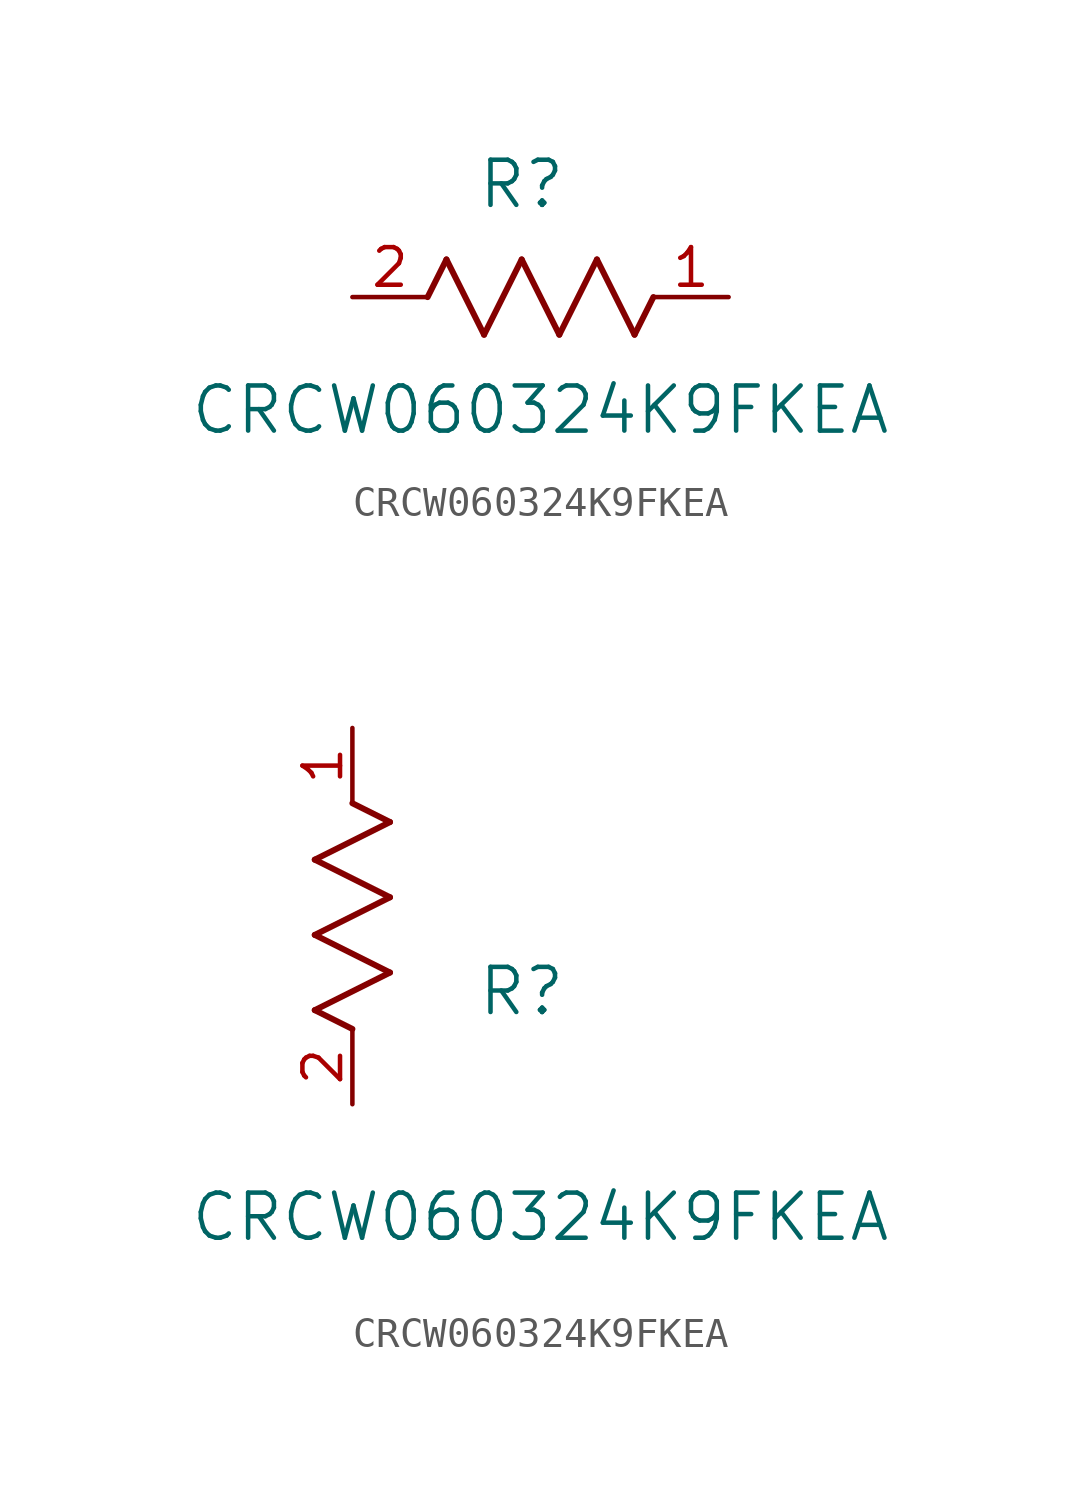
<source format=kicad_sym>
(kicad_symbol_lib
  (version 20211014)
  (generator kicad_symbol_editor)
  (symbol "CRCW060324K9FKEA"
    (pin_names
      (offset 0.254))
    (property "Reference" "R"
      (at 5.715 3.81 0)
      (effects (font (size 1.524 1.524))))
    (property "Value" "CRCW060324K9FKEA"
      (at 6.35 -3.81 0)
      (effects (font (size 1.524 1.524))))
    (symbol "CRCW060324K9FKEA_1_1"
      (polyline (pts (xy 3.175 1.27) (xy 4.445 -1.27)) (stroke (width 0.203) (type default) (color 0 0 0 0)) (fill (type none)))
      (polyline (pts (xy 4.445 -1.27) (xy 5.715 1.27)) (stroke (width 0.203) (type default) (color 0 0 0 0)) (fill (type none)))
      (polyline (pts (xy 5.715 1.27) (xy 6.985 -1.27)) (stroke (width 0.203) (type default) (color 0 0 0 0)) (fill (type none)))
      (polyline (pts (xy 6.985 -1.27) (xy 8.255 1.27)) (stroke (width 0.203) (type default) (color 0 0 0 0)) (fill (type none)))
      (polyline (pts (xy 8.255 1.27) (xy 9.525 -1.27)) (stroke (width 0.203) (type default) (color 0 0 0 0)) (fill (type none)))
      (polyline (pts (xy 2.54 0) (xy 3.175 1.27)) (stroke (width 0.203) (type default) (color 0 0 0 0)) (fill (type none)))
      (polyline (pts (xy 9.525 -1.27) (xy 10.16 0)) (stroke (width 0.203) (type default) (color 0 0 0 0)) (fill (type none)))
      (pin unspecified line (at 0 0 0) (length 2.54) (name "" (effects (font (size 1.27 1.27)))) (number "2" (effects (font (size 1.27 1.27)))))
      (pin unspecified line (at 12.7 0 180) (length 2.54) (name "" (effects (font (size 1.27 1.27)))) (number "1" (effects (font (size 1.27 1.27))))))
    (symbol "CRCW060324K9FKEA_1_2"
      (polyline (pts (xy 0 2.54) (xy -1.27 3.175)) (stroke (width 0.203) (type default) (color 0 0 0 0)) (fill (type none)))
      (polyline (pts (xy -1.27 3.175) (xy 1.27 4.445)) (stroke (width 0.203) (type default) (color 0 0 0 0)) (fill (type none)))
      (polyline (pts (xy 1.27 4.445) (xy -1.27 5.715)) (stroke (width 0.203) (type default) (color 0 0 0 0)) (fill (type none)))
      (polyline (pts (xy -1.27 5.715) (xy 1.27 6.985)) (stroke (width 0.203) (type default) (color 0 0 0 0)) (fill (type none)))
      (polyline (pts (xy -1.27 8.255) (xy 1.27 9.525)) (stroke (width 0.203) (type default) (color 0 0 0 0)) (fill (type none)))
      (polyline (pts (xy 1.27 9.525) (xy 0 10.16)) (stroke (width 0.203) (type default) (color 0 0 0 0)) (fill (type none)))
      (polyline (pts (xy 1.27 6.985) (xy -1.27 8.255)) (stroke (width 0.203) (type default) (color 0 0 0 0)) (fill (type none)))
      (pin unspecified line (at 0 0 90) (length 2.54) (name "" (effects (font (size 1.27 1.27)))) (number "2" (effects (font (size 1.27 1.27)))))
      (pin unspecified line (at 0 12.7 270) (length 2.54) (name "" (effects (font (size 1.27 1.27)))) (number "1" (effects (font (size 1.27 1.27))))))))
</source>
